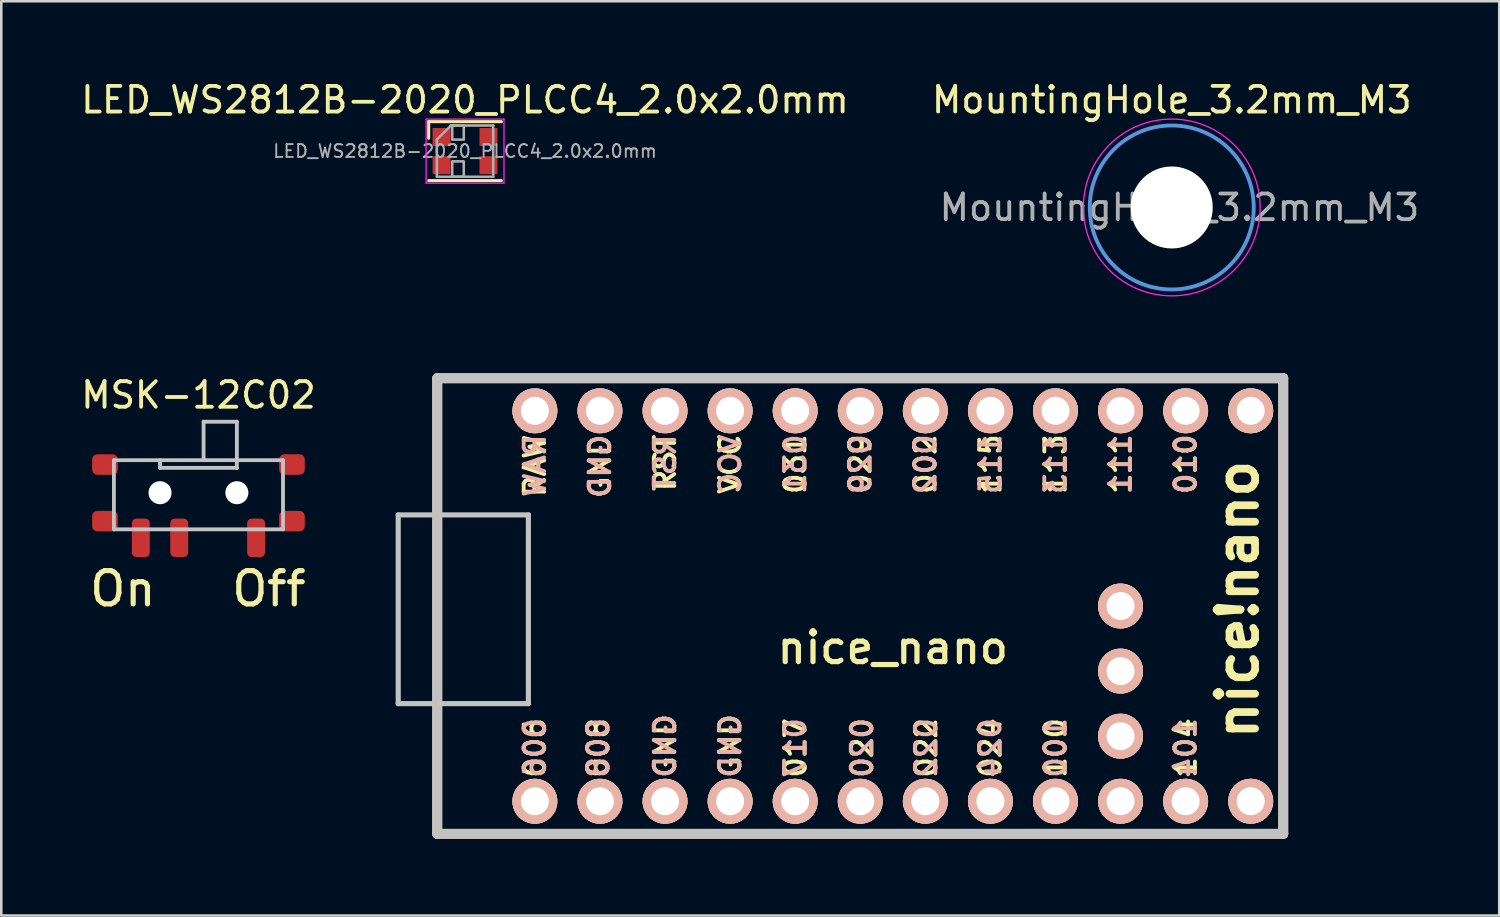
<source format=kicad_pcb>
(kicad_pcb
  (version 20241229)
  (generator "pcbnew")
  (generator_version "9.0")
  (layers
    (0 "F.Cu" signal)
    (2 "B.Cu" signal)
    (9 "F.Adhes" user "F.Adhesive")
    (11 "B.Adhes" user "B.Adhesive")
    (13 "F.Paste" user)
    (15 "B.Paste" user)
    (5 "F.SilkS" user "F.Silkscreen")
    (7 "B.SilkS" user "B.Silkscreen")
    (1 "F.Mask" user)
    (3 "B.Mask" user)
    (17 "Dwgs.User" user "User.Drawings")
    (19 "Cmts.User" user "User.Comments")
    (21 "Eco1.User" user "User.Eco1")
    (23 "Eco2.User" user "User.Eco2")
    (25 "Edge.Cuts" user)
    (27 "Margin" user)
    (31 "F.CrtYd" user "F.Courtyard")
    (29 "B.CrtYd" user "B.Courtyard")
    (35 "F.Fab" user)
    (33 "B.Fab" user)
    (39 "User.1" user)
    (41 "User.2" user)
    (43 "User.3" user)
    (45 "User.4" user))
  (footprint "MSK-12C02"
    (layer "F.Cu")
    (at 4.696 16.181)
    (property "Reference" "MSK-12C02" (at 0 -3.81 0) (layer "F.SilkS") (effects (font (size 1 1) (thickness 0.15))))
    (attr smd)
    (fp_line (start -3.3 -1.27) (end -3.3 1.43) (stroke (width 0.15) (type solid)) (layer "Dwgs.User"))
    (fp_line (start -1.5 -0.97) (end -1.5 -1.27) (stroke (width 0.15) (type solid)) (layer "Dwgs.User"))
    (fp_line (start -1.5 -0.97) (end 1.5 -0.97) (stroke (width 0.15) (type solid)) (layer "Dwgs.User"))
    (fp_line (start 0.2 -2.77) (end 1.5 -2.77) (stroke (width 0.15) (type solid)) (layer "Dwgs.User"))
    (fp_line (start 0.2 -1.27) (end 0.2 -2.77) (stroke (width 0.15) (type solid)) (layer "Dwgs.User"))
    (fp_line (start 1.5 -2.77) (end 1.5 -1.27) (stroke (width 0.15) (type solid)) (layer "Dwgs.User"))
    (fp_line (start 1.5 -0.97) (end 1.5 -1.27) (stroke (width 0.15) (type solid)) (layer "Dwgs.User"))
    (fp_line (start 3.3 -1.27) (end -3.3 -1.27) (stroke (width 0.15) (type solid)) (layer "Dwgs.User"))
    (fp_line (start 3.3 -1.27) (end 3.3 1.43) (stroke (width 0.15) (type solid)) (layer "Dwgs.User"))
    (fp_line (start 3.3 1.43) (end -3.3 1.43) (stroke (width 0.15) (type solid)) (layer "Dwgs.User"))
    (fp_text user "On" (at -2.95 3.75 0) (unlocked yes) (layer "F.SilkS") (effects (font (size 1.3 1.3) (thickness 0.2))))
    (fp_text user "Off" (at 2.75 3.75 0) (unlocked yes) (layer "F.SilkS") (effects (font (size 1.3 1.3) (thickness 0.2))))
    (pad "" smd roundrect (at -3.65 -1.1 180) (size 1 0.8) (layers "F.Cu" "F.Mask" "F.Paste") (roundrect_rratio 0.25))
    (pad "" smd roundrect (at -3.65 1.11 180) (size 1 0.8) (layers "F.Cu" "F.Mask" "F.Paste") (roundrect_rratio 0.25))
    (pad "" np_thru_hole circle (at -1.5 0 180) (size 0.9 0.9) (drill 0.9) (layers "*.Cu" "*.Mask"))
    (pad "" np_thru_hole circle (at 1.5 0 180) (size 0.9 0.9) (drill 0.9) (layers "*.Cu" "*.Mask"))
    (pad "" smd roundrect (at 3.65 -1.1 180) (size 1 0.8) (layers "F.Cu" "F.Mask" "F.Paste") (roundrect_rratio 0.25))
    (pad "" smd roundrect (at 3.65 1.11 180) (size 1 0.8) (layers "F.Cu" "F.Mask" "F.Paste") (roundrect_rratio 0.25))
    (pad "1" smd roundrect (at 2.25 1.76 180) (size 0.7 1.5) (layers "F.Cu" "F.Mask" "F.Paste") (roundrect_rratio 0.25))
    (pad "2" smd roundrect (at -0.75 1.76 180) (size 0.7 1.5) (layers "F.Cu" "F.Mask" "F.Paste") (roundrect_rratio 0.25))
    (pad "3" smd roundrect (at -2.25 1.76 180) (size 0.7 1.5) (layers "F.Cu" "F.Mask" "F.Paste") (roundrect_rratio 0.25)))
  (footprint "nice_nano"
    (layer "F.Cu")
    (at 31.797 20.604)
    (property "Reference" "nice_nano" (at 0 1.625 0) (layer "F.SilkS") (effects (font (size 1.2 1.2) (thickness 0.203))))
    (attr through_hole)
    (fp_line (start -17.78 -8.89) (end -17.78 8.89) (stroke (width 0.381) (type solid)) (layer "F.SilkS"))
    (fp_line (start -17.78 8.89) (end 15.24 8.89) (stroke (width 0.381) (type solid)) (layer "F.SilkS"))
    (fp_line (start 15.24 -8.89) (end -17.78 -8.89) (stroke (width 0.381) (type solid)) (layer "F.SilkS"))
    (fp_line (start 15.24 8.89) (end 15.24 -8.89) (stroke (width 0.381) (type solid)) (layer "F.SilkS"))
    (fp_line (start -17.78 -8.89) (end -17.78 8.89) (stroke (width 0.381) (type solid)) (layer "B.SilkS"))
    (fp_line (start -17.78 8.89) (end 15.24 8.89) (stroke (width 0.381) (type solid)) (layer "B.SilkS"))
    (fp_line (start 15.24 -8.89) (end -17.78 -8.89) (stroke (width 0.381) (type solid)) (layer "B.SilkS"))
    (fp_line (start 15.24 8.89) (end 15.24 -8.89) (stroke (width 0.381) (type solid)) (layer "B.SilkS"))
    (fp_line (start -19.304 -3.556) (end -14.224 -3.556) (stroke (width 0.2) (type solid)) (layer "Dwgs.User"))
    (fp_line (start -19.304 3.81) (end -19.304 -3.556) (stroke (width 0.2) (type solid)) (layer "Dwgs.User"))
    (fp_line (start -17.78 -8.89) (end -17.78 8.89) (stroke (width 0.381) (type solid)) (layer "Dwgs.User"))
    (fp_line (start -17.78 8.89) (end 15.24 8.89) (stroke (width 0.381) (type solid)) (layer "Dwgs.User"))
    (fp_line (start -14.224 -3.556) (end -14.224 3.81) (stroke (width 0.2) (type solid)) (layer "Dwgs.User"))
    (fp_line (start -14.224 3.81) (end -19.304 3.81) (stroke (width 0.2) (type solid)) (layer "Dwgs.User"))
    (fp_line (start 15.24 -8.89) (end -17.78 -8.89) (stroke (width 0.381) (type solid)) (layer "Dwgs.User"))
    (fp_line (start 15.24 8.89) (end 15.24 -8.89) (stroke (width 0.381) (type solid)) (layer "Dwgs.User"))
    (fp_text user "GND" (at -6.35 5.461 90) (layer "F.SilkS") (effects (font (size 0.8 0.8) (thickness 0.15))))
    (fp_text user "104" (at 11.43 5.537 90) (layer "F.SilkS") (effects (font (size 0.8 0.8) (thickness 0.15))))
    (fp_text user "113" (at 6.35 -5.537 90) (layer "F.SilkS") (effects (font (size 0.8 0.8) (thickness 0.15))))
    (fp_text user "010" (at 11.43 -5.537 90) (layer "F.SilkS") (effects (font (size 0.8 0.8) (thickness 0.15))))
    (fp_text user "029" (at -1.27 -5.537 90) (layer "F.SilkS") (effects (font (size 0.8 0.8) (thickness 0.15))))
    (fp_text user "031" (at -3.81 -5.537 90) (layer "F.SilkS") (effects (font (size 0.8 0.8) (thickness 0.15))))
    (fp_text user "002" (at 1.27 -5.537 90) (layer "F.SilkS") (effects (font (size 0.8 0.8) (thickness 0.15))))
    (fp_text user "024" (at 3.81 5.537 90) (layer "F.SilkS") (effects (font (size 0.8 0.8) (thickness 0.15))))
    (fp_text user "020" (at -1.2 5.537 90) (layer "F.SilkS") (effects (font (size 0.8 0.8) (thickness 0.15))))
    (fp_text user "017" (at -3.8 5.537 90) (layer "F.SilkS") (effects (font (size 0.8 0.8) (thickness 0.15))))
    (fp_text user "VCC" (at -6.35 -5.537 90) (layer "F.SilkS") (effects (font (size 0.8 0.8) (thickness 0.15))))
    (fp_text user "GND" (at -8.89 5.461 90) (layer "F.SilkS") (effects (font (size 0.8 0.8) (thickness 0.15))))
    (fp_text user "nice!nano" (at 13.462 -0.254 90) (layer "F.SilkS") (effects (font (size 1.5 1.5) (thickness 0.3))))
    (fp_text user "022" (at 1.3 5.537 90) (layer "F.SilkS") (effects (font (size 0.8 0.8) (thickness 0.15))))
    (fp_text user "GND" (at -11.43 -5.455 90) (layer "F.SilkS") (effects (font (size 0.8 0.8) (thickness 0.15))))
    (fp_text user "008" (at -11.5 5.537 90) (layer "F.SilkS") (effects (font (size 0.8 0.8) (thickness 0.15))))
    (fp_text user "115" (at 3.81 -5.537 90) (layer "F.SilkS") (effects (font (size 0.8 0.8) (thickness 0.15))))
    (fp_text user "111" (at 8.89 -5.537 90) (layer "F.SilkS") (effects (font (size 0.8 0.8) (thickness 0.15))))
    (fp_text user "006" (at -13.97 5.537 90) (layer "F.SilkS") (effects (font (size 0.8 0.8) (thickness 0.15))))
    (fp_text user "RAW" (at -13.97 -5.474 90) (layer "F.SilkS") (effects (font (size 0.8 0.8) (thickness 0.15))))
    (fp_text user "100" (at 6.35 5.537 90) (layer "F.SilkS") (effects (font (size 0.8 0.8) (thickness 0.15))))
    (fp_text user "RST" (at -8.89 -5.588 90) (layer "F.SilkS") (effects (font (size 0.8 0.8) (thickness 0.15))))
    (fp_text user "010" (at 11.43 -5.537 90) (layer "B.SilkS") (effects (font (size 0.8 0.8) (thickness 0.15)) (justify mirror)))
    (fp_text user "008" (at -11.5 5.537 90) (layer "B.SilkS") (effects (font (size 0.8 0.8) (thickness 0.15)) (justify mirror)))
    (fp_text user "GND" (at -6.35 5.461 90) (layer "B.SilkS") (effects (font (size 0.8 0.8) (thickness 0.15)) (justify mirror)))
    (fp_text user "022" (at 1.3 5.537 90) (layer "B.SilkS") (effects (font (size 0.8 0.8) (thickness 0.15)) (justify mirror)))
    (fp_text user "029" (at -1.27 -5.537 90) (layer "B.SilkS") (effects (font (size 0.8 0.8) (thickness 0.15)) (justify mirror)))
    (fp_text user "002" (at 1.27 -5.537 90) (layer "B.SilkS") (effects (font (size 0.8 0.8) (thickness 0.15)) (justify mirror)))
    (fp_text user "RAW" (at -13.97 -5.474 90) (layer "B.SilkS") (effects (font (size 0.8 0.8) (thickness 0.15)) (justify mirror)))
    (fp_text user "024" (at 3.8 5.537 90) (layer "B.SilkS") (effects (font (size 0.8 0.8) (thickness 0.15)) (justify mirror)))
    (fp_text user "104" (at 11.43 5.537 90) (layer "B.SilkS") (effects (font (size 0.8 0.8) (thickness 0.15)) (justify mirror)))
    (fp_text user "113" (at 6.35 -5.537 90) (layer "B.SilkS") (effects (font (size 0.8 0.8) (thickness 0.15)) (justify mirror)))
    (fp_text user "GND" (at -11.43 -5.455 90) (layer "B.SilkS") (effects (font (size 0.8 0.8) (thickness 0.15)) (justify mirror)))
    (fp_text user "115" (at 3.81 -5.537 90) (layer "B.SilkS") (effects (font (size 0.8 0.8) (thickness 0.15)) (justify mirror)))
    (fp_text user "017" (at -3.81 5.537 90) (layer "B.SilkS") (effects (font (size 0.8 0.8) (thickness 0.15)) (justify mirror)))
    (fp_text user "RST" (at -8.89 -5.588 90) (layer "B.SilkS") (effects (font (size 0.8 0.8) (thickness 0.15)) (justify mirror)))
    (fp_text user "GND" (at -8.89 5.461 90) (layer "B.SilkS") (effects (font (size 0.8 0.8) (thickness 0.15)) (justify mirror)))
    (fp_text user "020" (at -1.2 5.537 90) (layer "B.SilkS") (effects (font (size 0.8 0.8) (thickness 0.15)) (justify mirror)))
    (fp_text user "111" (at 8.89 -5.537 90) (layer "B.SilkS") (effects (font (size 0.8 0.8) (thickness 0.15)) (justify mirror)))
    (fp_text user "VCC" (at -6.35 -5.537 90) (layer "B.SilkS") (effects (font (size 0.8 0.8) (thickness 0.15)) (justify mirror)))
    (fp_text user "006" (at -13.97 5.537 90) (layer "B.SilkS") (effects (font (size 0.8 0.8) (thickness 0.15)) (justify mirror)))
    (fp_text user "100" (at 6.35 5.537 90) (layer "B.SilkS") (effects (font (size 0.8 0.8) (thickness 0.15)) (justify mirror)))
    (fp_text user "031" (at -3.81 -5.537 90) (layer "B.SilkS") (effects (font (size 0.8 0.8) (thickness 0.15)) (justify mirror)))
    (pad "1" thru_hole circle (at -13.97 7.62) (size 1.753 1.753) (drill 1.092) (layers "*.Cu" "*.SilkS" "*.Mask"))
    (pad "2" thru_hole circle (at -11.43 7.62) (size 1.753 1.753) (drill 1.092) (layers "*.Cu" "*.SilkS" "*.Mask"))
    (pad "3" thru_hole circle (at -8.89 7.62) (size 1.753 1.753) (drill 1.092) (layers "*.Cu" "*.SilkS" "*.Mask"))
    (pad "4" thru_hole circle (at -6.35 7.62) (size 1.753 1.753) (drill 1.092) (layers "*.Cu" "*.SilkS" "*.Mask"))
    (pad "5" thru_hole circle (at -3.81 7.62) (size 1.753 1.753) (drill 1.092) (layers "*.Cu" "*.SilkS" "*.Mask"))
    (pad "6" thru_hole circle (at -1.27 7.62) (size 1.753 1.753) (drill 1.092) (layers "*.Cu" "*.SilkS" "*.Mask"))
    (pad "7" thru_hole circle (at 1.27 7.62) (size 1.753 1.753) (drill 1.092) (layers "*.Cu" "*.SilkS" "*.Mask"))
    (pad "8" thru_hole circle (at 3.81 7.62) (size 1.753 1.753) (drill 1.092) (layers "*.Cu" "*.SilkS" "*.Mask"))
    (pad "9" thru_hole circle (at 6.35 7.62) (size 1.753 1.753) (drill 1.092) (layers "*.Cu" "*.SilkS" "*.Mask"))
    (pad "10" thru_hole circle (at 8.89 7.62) (size 1.753 1.753) (drill 1.092) (layers "*.Cu" "*.SilkS" "*.Mask"))
    (pad "11" thru_hole circle (at 11.43 7.62) (size 1.753 1.753) (drill 1.092) (layers "*.Cu" "*.SilkS" "*.Mask"))
    (pad "12" thru_hole circle (at 13.97 7.62) (size 1.753 1.753) (drill 1.092) (layers "*.Cu" "*.SilkS" "*.Mask"))
    (pad "13" thru_hole circle (at 13.97 -7.62) (size 1.753 1.753) (drill 1.092) (layers "*.Cu" "*.SilkS" "*.Mask"))
    (pad "14" thru_hole circle (at 11.43 -7.62) (size 1.753 1.753) (drill 1.092) (layers "*.Cu" "*.SilkS" "*.Mask"))
    (pad "15" thru_hole circle (at 8.89 -7.62) (size 1.753 1.753) (drill 1.092) (layers "*.Cu" "*.SilkS" "*.Mask"))
    (pad "16" thru_hole circle (at 6.35 -7.62) (size 1.753 1.753) (drill 1.092) (layers "*.Cu" "*.SilkS" "*.Mask"))
    (pad "17" thru_hole circle (at 3.81 -7.62) (size 1.753 1.753) (drill 1.092) (layers "*.Cu" "*.SilkS" "*.Mask"))
    (pad "18" thru_hole circle (at 1.27 -7.62) (size 1.753 1.753) (drill 1.092) (layers "*.Cu" "*.SilkS" "*.Mask"))
    (pad "19" thru_hole circle (at -1.27 -7.62) (size 1.753 1.753) (drill 1.092) (layers "*.Cu" "*.SilkS" "*.Mask"))
    (pad "20" thru_hole circle (at -3.81 -7.62) (size 1.753 1.753) (drill 1.092) (layers "*.Cu" "*.SilkS" "*.Mask"))
    (pad "21" thru_hole circle (at -6.35 -7.62) (size 1.753 1.753) (drill 1.092) (layers "*.Cu" "*.SilkS" "*.Mask"))
    (pad "22" thru_hole circle (at -8.89 -7.62) (size 1.753 1.753) (drill 1.092) (layers "*.Cu" "*.SilkS" "*.Mask"))
    (pad "23" thru_hole circle (at -11.43 -7.62) (size 1.753 1.753) (drill 1.092) (layers "*.Cu" "*.SilkS" "*.Mask"))
    (pad "24" thru_hole circle (at -13.97 -7.62) (size 1.753 1.753) (drill 1.092) (layers "*.Cu" "*.SilkS" "*.Mask"))
    (pad "31" thru_hole circle (at 8.89 5.08) (size 1.753 1.753) (drill 1.092) (layers "*.Cu" "*.SilkS" "*.Mask"))
    (pad "32" thru_hole circle (at 8.89 2.54) (size 1.753 1.753) (drill 1.092) (layers "*.Cu" "*.SilkS" "*.Mask"))
    (pad "33" thru_hole circle (at 8.89 0) (size 1.753 1.753) (drill 1.092) (layers "*.Cu" "*.SilkS" "*.Mask")))
  (footprint "LED_WS2812B-2020_PLCC4_2.0x2.0mm"
    (layer "F.Cu")
    (at 15.101 2.848)
    (property "Reference" "LED_WS2812B-2020_PLCC4_2.0x2.0mm" (at 0 -2 0) (layer "F.SilkS") (effects (font (size 1 1) (thickness 0.15))))
    (attr smd)
    (fp_line (start -1.42 -1.15) (end -1.42 -0.5) (stroke (width 0.12) (type solid)) (layer "F.SilkS"))
    (fp_line (start -1.42 -1.15) (end 1.42 -1.15) (stroke (width 0.12) (type solid)) (layer "F.SilkS"))
    (fp_line (start -1.42 1.15) (end 1.42 1.15) (stroke (width 0.12) (type solid)) (layer "F.SilkS"))
    (fp_line (start -1.52 -1.25) (end -1.52 1.25) (stroke (width 0.05) (type solid)) (layer "F.CrtYd"))
    (fp_line (start -1.52 1.25) (end 1.52 1.25) (stroke (width 0.05) (type solid)) (layer "F.CrtYd"))
    (fp_line (start 1.52 -1.25) (end -1.52 -1.25) (stroke (width 0.05) (type solid)) (layer "F.CrtYd"))
    (fp_line (start 1.52 1.25) (end 1.52 -1.25) (stroke (width 0.05) (type solid)) (layer "F.CrtYd"))
    (fp_line (start -1.1 -0.45) (end -1.1 1) (stroke (width 0.1) (type solid)) (layer "F.Fab"))
    (fp_line (start -1.1 1) (end 1.1 1) (stroke (width 0.1) (type solid)) (layer "F.Fab"))
    (fp_line (start -0.55 -1) (end -1.1 -0.45) (stroke (width 0.1) (type solid)) (layer "F.Fab"))
    (fp_line (start 1.1 -1) (end -0.55 -1) (stroke (width 0.1) (type solid)) (layer "F.Fab"))
    (fp_line (start 1.1 -1) (end 1.1 1) (stroke (width 0.1) (type solid)) (layer "F.Fab"))
    (fp_rect (start -0.5 -1) (end -0.05 -0.45) (stroke (width 0.1) (type solid)) (fill no) (layer "F.Fab"))
    (fp_rect (start -0.5 0.4) (end -0.05 1) (stroke (width 0.1) (type solid)) (fill no) (layer "F.Fab"))
    (fp_text user "${REFERENCE}" (at 0 0 0) (layer "F.Fab") (effects (font (size 0.5 0.5) (thickness 0.075))))
    (pad "1" smd rect (at -0.915 -0.55) (size 0.7 0.7) (layers "F.Cu" "F.Mask" "F.Paste"))
    (pad "2" smd rect (at -0.915 0.55) (size 0.7 0.7) (layers "F.Cu" "F.Mask" "F.Paste"))
    (pad "3" smd rect (at 0.915 0.55) (size 0.7 0.7) (layers "F.Cu" "F.Mask" "F.Paste"))
    (pad "4" smd rect (at 0.915 -0.55) (size 0.7 0.7) (layers "F.Cu" "F.Mask" "F.Paste")))
  (footprint "MountingHole_3.2mm_M3"
    (layer "F.Cu")
    (at 42.685 5.048)
    (property "Reference" "MountingHole_3.2mm_M3" (at 0 -4.2 0) (layer "F.SilkS") (effects (font (size 1 1) (thickness 0.15))))
    (attr exclude_from_pos_files exclude_from_bom)
    (fp_circle (center 0 0) (end 1.25 0) (stroke (width 0.12) (type solid)) (fill no) (layer "Dwgs.User"))
    (fp_circle (center 0 0) (end 3.2 0) (stroke (width 0.15) (type solid)) (fill no) (layer "Cmts.User"))
    (fp_circle (center 0 0) (end 3.45 0) (stroke (width 0.05) (type solid)) (fill no) (layer "F.CrtYd"))
    (fp_text user "${REFERENCE}" (at 0.3 0 0) (layer "F.Fab") (effects (font (size 1 1) (thickness 0.15))))
    (pad "" np_thru_hole circle (at 0 0) (size 3.2 3.2) (drill 3.2) (layers "*.Cu" "*.Mask")))
  (gr_rect
    (start -3 -3)
    (end 55.467 32.684)
    (stroke (width 0.1) (type default))
    (fill no)
    (layer "Edge.Cuts")))
</source>
